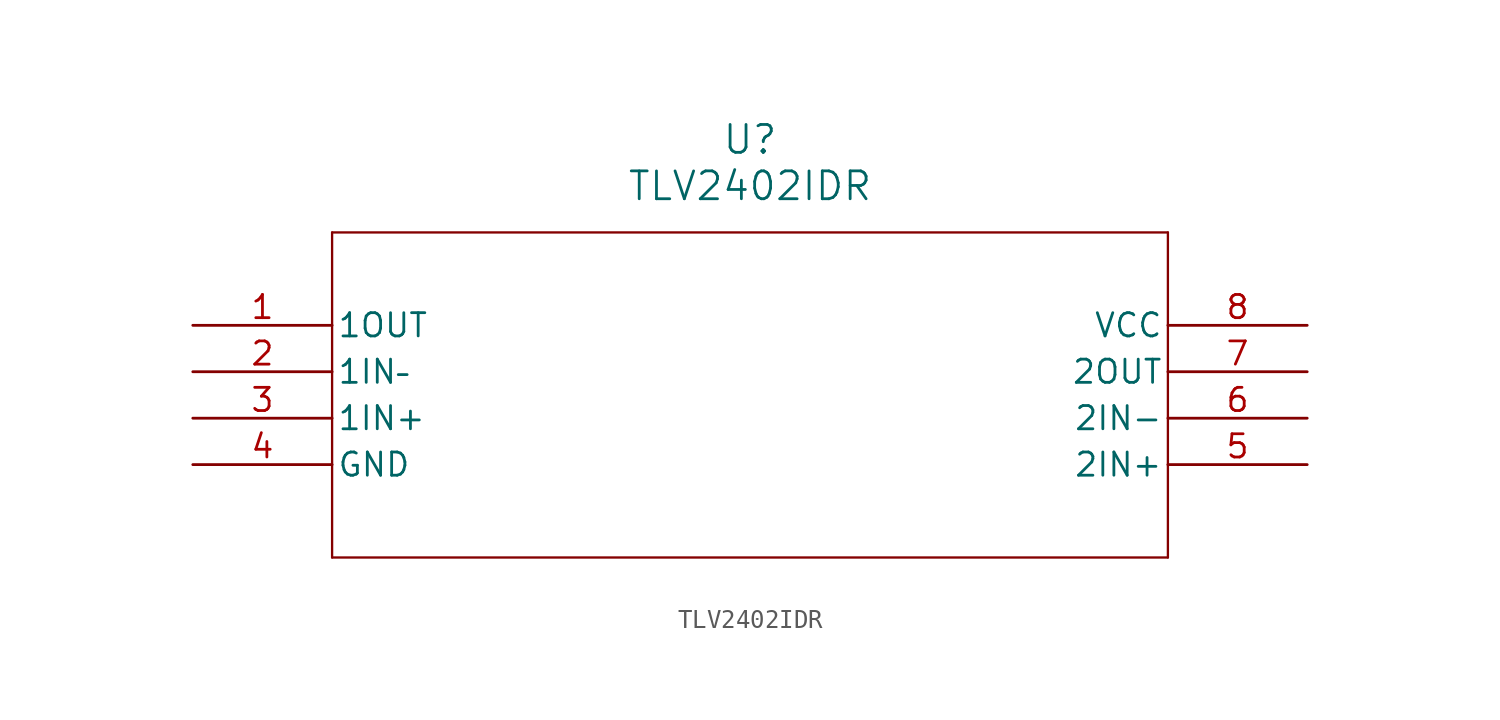
<source format=kicad_sym>
(kicad_symbol_lib
  (version 20211014)
  (generator kicad_symbol_editor)
  (symbol "TLV2402IDR"
    (pin_names
      (offset 0.254))
    (property "Reference" "U"
      (at 30.48 10.16 0)
      (effects (font (size 1.524 1.524))))
    (property "Value" "TLV2402IDR"
      (at 30.48 7.62 0)
      (effects (font (size 1.524 1.524))))
    (symbol "TLV2402IDR_0_1"
      (polyline (pts (xy 7.62 5.08) (xy 7.62 -12.7)) (stroke (width 0.127) (type default) (color 0 0 0 0)) (fill (type none)))
      (polyline (pts (xy 7.62 -12.7) (xy 53.34 -12.7)) (stroke (width 0.127) (type default) (color 0 0 0 0)) (fill (type none)))
      (polyline (pts (xy 53.34 -12.7) (xy 53.34 5.08)) (stroke (width 0.127) (type default) (color 0 0 0 0)) (fill (type none)))
      (polyline (pts (xy 53.34 5.08) (xy 7.62 5.08)) (stroke (width 0.127) (type default) (color 0 0 0 0)) (fill (type none)))
      (pin output line (at 0 0 0) (length 7.62) (name "1OUT" (effects (font (size 1.27 1.27)))) (number "1" (effects (font (size 1.27 1.27)))))
      (pin input line (at 0 -2.54 0) (length 7.62) (name "1IN–" (effects (font (size 1.27 1.27)))) (number "2" (effects (font (size 1.27 1.27)))))
      (pin input line (at 0 -5.08 0) (length 7.62) (name "1IN+" (effects (font (size 1.27 1.27)))) (number "3" (effects (font (size 1.27 1.27)))))
      (pin power_in line (at 0 -7.62 0) (length 7.62) (name "GND" (effects (font (size 1.27 1.27)))) (number "4" (effects (font (size 1.27 1.27)))))
      (pin input line (at 60.96 -7.62 180) (length 7.62) (name "2IN+" (effects (font (size 1.27 1.27)))) (number "5" (effects (font (size 1.27 1.27)))))
      (pin input line (at 60.96 -5.08 180) (length 7.62) (name "2IN-" (effects (font (size 1.27 1.27)))) (number "6" (effects (font (size 1.27 1.27)))))
      (pin output line (at 60.96 -2.54 180) (length 7.62) (name "2OUT" (effects (font (size 1.27 1.27)))) (number "7" (effects (font (size 1.27 1.27)))))
      (pin power_in line (at 60.96 0 180) (length 7.62) (name "VCC" (effects (font (size 1.27 1.27)))) (number "8" (effects (font (size 1.27 1.27))))))))
</source>
